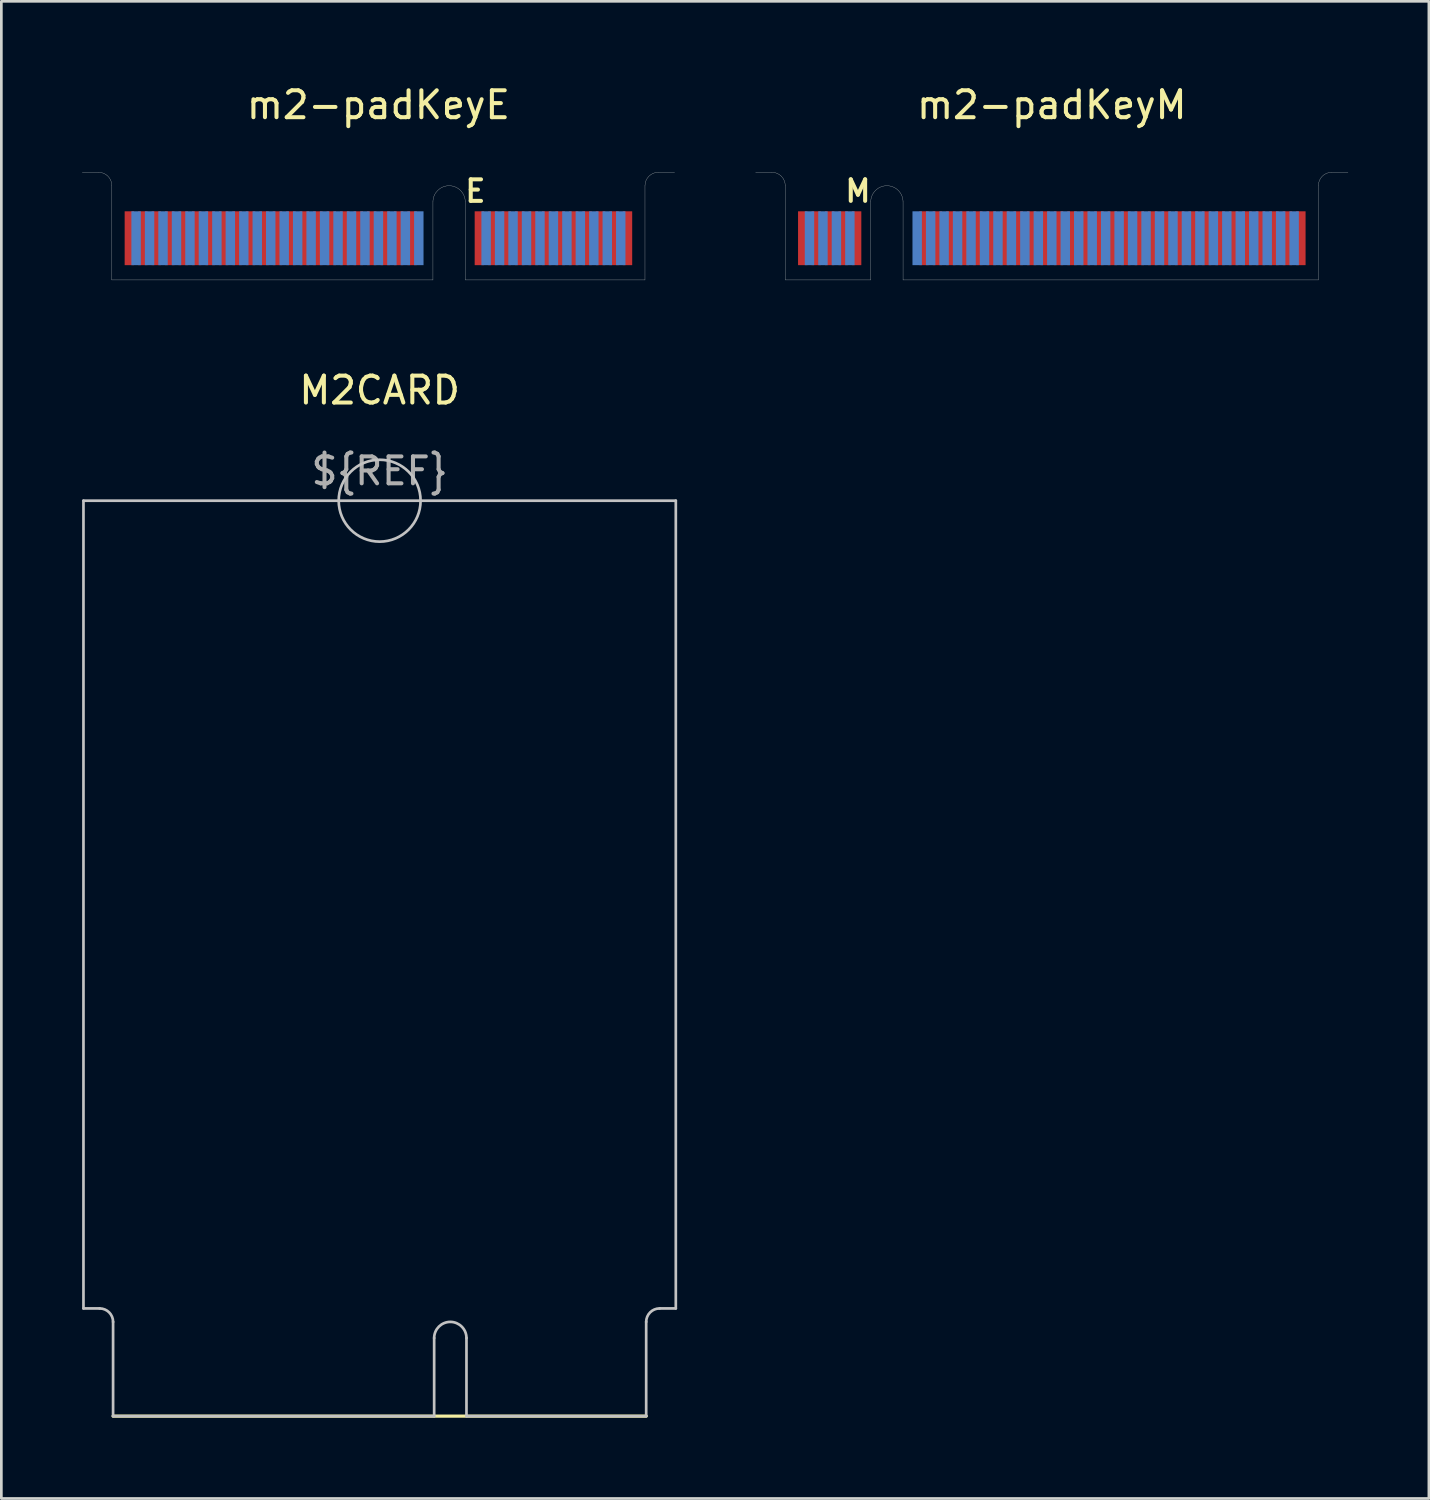
<source format=kicad_pcb>
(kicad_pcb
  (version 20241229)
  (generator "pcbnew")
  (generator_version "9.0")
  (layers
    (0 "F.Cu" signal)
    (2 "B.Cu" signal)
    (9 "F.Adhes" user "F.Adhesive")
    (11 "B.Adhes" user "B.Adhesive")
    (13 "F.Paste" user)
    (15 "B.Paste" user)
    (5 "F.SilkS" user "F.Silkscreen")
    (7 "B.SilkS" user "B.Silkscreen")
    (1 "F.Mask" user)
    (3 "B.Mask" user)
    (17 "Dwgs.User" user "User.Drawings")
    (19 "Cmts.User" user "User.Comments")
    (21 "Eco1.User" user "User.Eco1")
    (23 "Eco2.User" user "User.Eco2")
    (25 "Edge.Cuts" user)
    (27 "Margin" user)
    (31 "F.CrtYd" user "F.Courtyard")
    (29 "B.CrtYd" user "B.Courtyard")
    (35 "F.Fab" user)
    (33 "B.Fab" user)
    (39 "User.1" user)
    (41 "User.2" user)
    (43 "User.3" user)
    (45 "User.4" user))
  (footprint "m2-padKeyM"
    (layer "F.Cu")
    (at 36.015 7.348)
    (property "Reference" "m2-padKeyM" (at 0 -6.5 0) (layer "F.SilkS") (effects (font (size 1 1) (thickness 0.15))))
    (attr smd)
    (fp_poly (pts (xy -11 -2.85) (xy -11 0) (xy 11 0) (xy 11 -2.85)) (stroke (width 0.01) (type solid)) (fill yes) (layer "F.Mask"))
    (fp_poly (pts (xy -11 -2.85) (xy -11 0) (xy 11 0) (xy 11 -2.85)) (stroke (width 0.01) (type solid)) (fill yes) (layer "B.Mask"))
    (fp_line (start 0 0) (end 0 -4) (stroke (width 0.01) (type solid)) (layer "Eco1.User"))
    (fp_line (start -11 -4) (end -10.4 -4) (stroke (width 0.01) (type solid)) (layer "Edge.Cuts"))
    (fp_line (start -9.9 0) (end -9.9 -3.5) (stroke (width 0.01) (type solid)) (layer "Edge.Cuts"))
    (fp_line (start -9.9 0) (end -6.725 0) (stroke (width 0.01) (type solid)) (layer "Edge.Cuts"))
    (fp_line (start -6.725 0) (end -6.725 -2.9) (stroke (width 0.01) (type solid)) (layer "Edge.Cuts"))
    (fp_line (start -5.525 0) (end -5.525 -2.9) (stroke (width 0.01) (type solid)) (layer "Edge.Cuts"))
    (fp_line (start 9.9 0) (end -5.525 0) (stroke (width 0.01) (type solid)) (layer "Edge.Cuts"))
    (fp_line (start 9.9 0) (end 9.9 -3.5) (stroke (width 0.01) (type solid)) (layer "Edge.Cuts"))
    (fp_line (start 11 -4) (end 10.4 -4) (stroke (width 0.01) (type solid)) (layer "Edge.Cuts"))
    (fp_arc (start -10.4 -4) (mid -10.046447 -3.853553) (end -9.9 -3.5) (stroke (width 0.01) (type solid)) (layer "Edge.Cuts"))
    (fp_arc (start -6.725 -2.9) (mid -6.125 -3.5) (end -5.525 -2.9) (stroke (width 0.01) (type solid)) (layer "Edge.Cuts"))
    (fp_arc (start 9.9 -3.5) (mid 10.046447 -3.853553) (end 10.4 -4) (stroke (width 0.01) (type solid)) (layer "Edge.Cuts"))
    (fp_text user "M" (at -7.2 -3.3 0) (layer "F.SilkS") (effects (font (size 0.8 0.8) (thickness 0.15))))
    (pad "1" smd rect (at 9.25 -1.55) (size 0.35 2) (layers "F.Cu" "F.Mask"))
    (pad "2" smd rect (at 9 -1.55) (size 0.35 2) (layers "B.Cu" "B.Mask"))
    (pad "3" smd rect (at 8.75 -1.55) (size 0.35 2) (layers "F.Cu" "F.Mask"))
    (pad "4" smd rect (at 8.5 -1.55) (size 0.35 2) (layers "B.Cu" "B.Mask"))
    (pad "5" smd rect (at 8.25 -1.55) (size 0.35 2) (layers "F.Cu" "F.Mask"))
    (pad "6" smd rect (at 8 -1.55) (size 0.35 2) (layers "B.Cu" "B.Mask"))
    (pad "7" smd rect (at 7.75 -1.55) (size 0.35 2) (layers "F.Cu" "F.Mask"))
    (pad "8" smd rect (at 7.5 -1.55) (size 0.35 2) (layers "B.Cu" "B.Mask"))
    (pad "9" smd rect (at 7.25 -1.55) (size 0.35 2) (layers "F.Cu" "F.Mask"))
    (pad "10" smd rect (at 7 -1.55) (size 0.35 2) (layers "B.Cu" "B.Mask"))
    (pad "11" smd rect (at 6.75 -1.55) (size 0.35 2) (layers "F.Cu" "F.Mask"))
    (pad "12" smd rect (at 6.5 -1.55) (size 0.35 2) (layers "B.Cu" "B.Mask"))
    (pad "13" smd rect (at 6.25 -1.55) (size 0.35 2) (layers "F.Cu" "F.Mask"))
    (pad "14" smd rect (at 6 -1.55) (size 0.35 2) (layers "B.Cu" "B.Mask"))
    (pad "15" smd rect (at 5.75 -1.55) (size 0.35 2) (layers "F.Cu" "F.Mask"))
    (pad "16" smd rect (at 5.5 -1.55) (size 0.35 2) (layers "B.Cu" "B.Mask"))
    (pad "17" smd rect (at 5.25 -1.55) (size 0.35 2) (layers "F.Cu" "F.Mask"))
    (pad "18" smd rect (at 5 -1.55) (size 0.35 2) (layers "B.Cu" "B.Mask"))
    (pad "19" smd rect (at 4.75 -1.55) (size 0.35 2) (layers "F.Cu" "F.Mask"))
    (pad "20" smd rect (at 4.5 -1.55) (size 0.35 2) (layers "B.Cu" "B.Mask"))
    (pad "21" smd rect (at 4.25 -1.55) (size 0.35 2) (layers "F.Cu" "F.Mask"))
    (pad "22" smd rect (at 4 -1.55) (size 0.35 2) (layers "B.Cu" "B.Mask"))
    (pad "23" smd rect (at 3.75 -1.55) (size 0.35 2) (layers "F.Cu" "F.Mask"))
    (pad "24" smd rect (at 3.5 -1.55) (size 0.35 2) (layers "B.Cu" "B.Mask"))
    (pad "25" smd rect (at 3.25 -1.55) (size 0.35 2) (layers "F.Cu" "F.Mask"))
    (pad "26" smd rect (at 3 -1.55) (size 0.35 2) (layers "B.Cu" "B.Mask"))
    (pad "27" smd rect (at 2.75 -1.55) (size 0.35 2) (layers "F.Cu" "F.Mask"))
    (pad "28" smd rect (at 2.5 -1.55) (size 0.35 2) (layers "B.Cu" "B.Mask"))
    (pad "29" smd rect (at 2.25 -1.55) (size 0.35 2) (layers "F.Cu" "F.Mask"))
    (pad "30" smd rect (at 2 -1.55) (size 0.35 2) (layers "B.Cu" "B.Mask"))
    (pad "31" smd rect (at 1.75 -1.55) (size 0.35 2) (layers "F.Cu" "F.Mask"))
    (pad "32" smd rect (at 1.5 -1.55) (size 0.35 2) (layers "B.Cu" "B.Mask"))
    (pad "33" smd rect (at 1.25 -1.55) (size 0.35 2) (layers "F.Cu" "F.Mask"))
    (pad "34" smd rect (at 1 -1.55) (size 0.35 2) (layers "B.Cu" "B.Mask"))
    (pad "35" smd rect (at 0.75 -1.55) (size 0.35 2) (layers "F.Cu" "F.Mask"))
    (pad "36" smd rect (at 0.5 -1.55) (size 0.35 2) (layers "B.Cu" "B.Mask"))
    (pad "37" smd rect (at 0.25 -1.55) (size 0.35 2) (layers "F.Cu" "F.Mask"))
    (pad "38" smd rect (at 0 -1.55) (size 0.35 2) (layers "B.Cu" "B.Mask"))
    (pad "39" smd rect (at -0.25 -1.55) (size 0.35 2) (layers "F.Cu" "F.Mask"))
    (pad "40" smd rect (at -0.5 -1.55) (size 0.35 2) (layers "B.Cu" "B.Mask"))
    (pad "41" smd rect (at -0.75 -1.55) (size 0.35 2) (layers "F.Cu" "F.Mask"))
    (pad "42" smd rect (at -1 -1.55) (size 0.35 2) (layers "B.Cu" "B.Mask"))
    (pad "43" smd rect (at -1.25 -1.55) (size 0.35 2) (layers "F.Cu" "F.Mask"))
    (pad "44" smd rect (at -1.5 -1.55) (size 0.35 2) (layers "B.Cu" "B.Mask"))
    (pad "45" smd rect (at -1.75 -1.55) (size 0.35 2) (layers "F.Cu" "F.Mask"))
    (pad "46" smd rect (at -2 -1.55) (size 0.35 2) (layers "B.Cu" "B.Mask"))
    (pad "47" smd rect (at -2.25 -1.55) (size 0.35 2) (layers "F.Cu" "F.Mask"))
    (pad "48" smd rect (at -2.5 -1.55) (size 0.35 2) (layers "B.Cu" "B.Mask"))
    (pad "49" smd rect (at -2.75 -1.55) (size 0.35 2) (layers "F.Cu" "F.Mask"))
    (pad "50" smd rect (at -3 -1.55) (size 0.35 2) (layers "B.Cu" "B.Mask"))
    (pad "51" smd rect (at -3.25 -1.55) (size 0.35 2) (layers "F.Cu" "F.Mask"))
    (pad "52" smd rect (at -3.5 -1.55) (size 0.35 2) (layers "B.Cu" "B.Mask"))
    (pad "53" smd rect (at -3.75 -1.55) (size 0.35 2) (layers "F.Cu" "F.Mask"))
    (pad "54" smd rect (at -4 -1.55) (size 0.35 2) (layers "B.Cu" "B.Mask"))
    (pad "55" smd rect (at -4.25 -1.55) (size 0.35 2) (layers "F.Cu" "F.Mask"))
    (pad "56" smd rect (at -4.5 -1.55) (size 0.35 2) (layers "B.Cu" "B.Mask"))
    (pad "57" smd rect (at -4.75 -1.55) (size 0.35 2) (layers "F.Cu" "F.Mask"))
    (pad "58" smd rect (at -5 -1.55) (size 0.35 2) (layers "B.Cu" "B.Mask"))
    (pad "67" smd rect (at -7.25 -1.55) (size 0.35 2) (layers "F.Cu" "F.Mask"))
    (pad "68" smd rect (at -7.5 -1.55) (size 0.35 2) (layers "B.Cu" "B.Mask"))
    (pad "69" smd rect (at -7.75 -1.55) (size 0.35 2) (layers "F.Cu" "F.Mask"))
    (pad "70" smd rect (at -8 -1.55) (size 0.35 2) (layers "B.Cu" "B.Mask"))
    (pad "71" smd rect (at -8.25 -1.55) (size 0.35 2) (layers "F.Cu" "F.Mask"))
    (pad "72" smd rect (at -8.5 -1.55) (size 0.35 2) (layers "B.Cu" "B.Mask"))
    (pad "73" smd rect (at -8.75 -1.55) (size 0.35 2) (layers "F.Cu" "F.Mask"))
    (pad "74" smd rect (at -9 -1.55) (size 0.35 2) (layers "B.Cu" "B.Mask"))
    (pad "75" smd rect (at -9.25 -1.55) (size 0.35 2) (layers "F.Cu" "F.Mask")))
  (footprint "m2-padKeyE"
    (layer "F.Cu")
    (at 11.005 7.348)
    (property "Reference" "m2-padKeyE" (at 0 -6.5 0) (layer "F.SilkS") (effects (font (size 1 1) (thickness 0.15))))
    (attr smd)
    (fp_poly (pts (xy -11 -2.7) (xy -11 0) (xy 11 0) (xy 11 -2.7)) (stroke (width 0.01) (type solid)) (fill yes) (layer "F.Mask"))
    (fp_poly (pts (xy -11 -2.7) (xy -11 0) (xy 11 0) (xy 11 -2.7)) (stroke (width 0.01) (type solid)) (fill yes) (layer "B.Mask"))
    (fp_line (start 0 0) (end 0 -4) (stroke (width 0.01) (type solid)) (layer "Eco1.User"))
    (fp_line (start -11 -4) (end -10.4 -4) (stroke (width 0.01) (type solid)) (layer "Edge.Cuts"))
    (fp_line (start -9.9 0) (end -9.9 -3.5) (stroke (width 0.01) (type solid)) (layer "Edge.Cuts"))
    (fp_line (start -9.9 0) (end 2.025 0) (stroke (width 0.01) (type solid)) (layer "Edge.Cuts"))
    (fp_line (start 2.025 0) (end 2.025 -2.9) (stroke (width 0.01) (type solid)) (layer "Edge.Cuts"))
    (fp_line (start 3.225 0) (end 3.225 -2.9) (stroke (width 0.01) (type solid)) (layer "Edge.Cuts"))
    (fp_line (start 9.9 0) (end 3.225 0) (stroke (width 0.01) (type solid)) (layer "Edge.Cuts"))
    (fp_line (start 9.9 0) (end 9.9 -3.5) (stroke (width 0.01) (type solid)) (layer "Edge.Cuts"))
    (fp_line (start 11 -4) (end 10.4 -4) (stroke (width 0.01) (type solid)) (layer "Edge.Cuts"))
    (fp_arc (start -10.4 -4) (mid -10.046447 -3.853553) (end -9.9 -3.5) (stroke (width 0.01) (type solid)) (layer "Edge.Cuts"))
    (fp_arc (start 2.025 -2.9) (mid 2.625 -3.5) (end 3.225 -2.9) (stroke (width 0.01) (type solid)) (layer "Edge.Cuts"))
    (fp_arc (start 9.9 -3.5) (mid 10.046447 -3.853553) (end 10.4 -4) (stroke (width 0.01) (type solid)) (layer "Edge.Cuts"))
    (fp_text user "E" (at 3.6 -3.3 0) (layer "F.SilkS") (effects (font (size 0.8 0.8) (thickness 0.15))))
    (pad "1" smd rect (at 9.25 -1.55) (size 0.35 2) (layers "F.Cu" "F.Mask"))
    (pad "2" smd rect (at 9 -1.55) (size 0.35 2) (layers "B.Cu" "B.Mask"))
    (pad "3" smd rect (at 8.75 -1.55) (size 0.35 2) (layers "F.Cu" "F.Mask"))
    (pad "4" smd rect (at 8.5 -1.55) (size 0.35 2) (layers "B.Cu" "B.Mask"))
    (pad "5" smd rect (at 8.25 -1.55) (size 0.35 2) (layers "F.Cu" "F.Mask"))
    (pad "6" smd rect (at 8 -1.55) (size 0.35 2) (layers "B.Cu" "B.Mask"))
    (pad "7" smd rect (at 7.75 -1.55) (size 0.35 2) (layers "F.Cu" "F.Mask"))
    (pad "8" smd rect (at 7.5 -1.55) (size 0.35 2) (layers "B.Cu" "B.Mask"))
    (pad "9" smd rect (at 7.25 -1.55) (size 0.35 2) (layers "F.Cu" "F.Mask"))
    (pad "10" smd rect (at 7 -1.55) (size 0.35 2) (layers "B.Cu" "B.Mask"))
    (pad "11" smd rect (at 6.75 -1.55) (size 0.35 2) (layers "F.Cu" "F.Mask"))
    (pad "12" smd rect (at 6.5 -1.55) (size 0.35 2) (layers "B.Cu" "B.Mask"))
    (pad "13" smd rect (at 6.25 -1.55) (size 0.35 2) (layers "F.Cu" "F.Mask"))
    (pad "14" smd rect (at 6 -1.55) (size 0.35 2) (layers "B.Cu" "B.Mask"))
    (pad "15" smd rect (at 5.75 -1.55) (size 0.35 2) (layers "F.Cu" "F.Mask"))
    (pad "16" smd rect (at 5.5 -1.55) (size 0.35 2) (layers "B.Cu" "B.Mask"))
    (pad "17" smd rect (at 5.25 -1.55) (size 0.35 2) (layers "F.Cu" "F.Mask"))
    (pad "18" smd rect (at 5 -1.55) (size 0.35 2) (layers "B.Cu" "B.Mask"))
    (pad "19" smd rect (at 4.75 -1.55) (size 0.35 2) (layers "F.Cu" "F.Mask"))
    (pad "20" smd rect (at 4.5 -1.55) (size 0.35 2) (layers "B.Cu" "B.Mask"))
    (pad "21" smd rect (at 4.25 -1.55) (size 0.35 2) (layers "F.Cu" "F.Mask"))
    (pad "22" smd rect (at 4 -1.55) (size 0.35 2) (layers "B.Cu" "B.Mask"))
    (pad "23" smd rect (at 3.75 -1.55) (size 0.35 2) (layers "F.Cu" "F.Mask"))
    (pad "32" smd rect (at 1.5 -1.55) (size 0.35 2) (layers "B.Cu" "B.Mask"))
    (pad "33" smd rect (at 1.25 -1.55) (size 0.35 2) (layers "F.Cu" "F.Mask"))
    (pad "34" smd rect (at 1 -1.55) (size 0.35 2) (layers "B.Cu" "B.Mask"))
    (pad "35" smd rect (at 0.75 -1.55) (size 0.35 2) (layers "F.Cu" "F.Mask"))
    (pad "36" smd rect (at 0.5 -1.55) (size 0.35 2) (layers "B.Cu" "B.Mask"))
    (pad "37" smd rect (at 0.25 -1.55) (size 0.35 2) (layers "F.Cu" "F.Mask"))
    (pad "38" smd rect (at 0 -1.55) (size 0.35 2) (layers "B.Cu" "B.Mask"))
    (pad "39" smd rect (at -0.25 -1.55) (size 0.35 2) (layers "F.Cu" "F.Mask"))
    (pad "40" smd rect (at -0.5 -1.55) (size 0.35 2) (layers "B.Cu" "B.Mask"))
    (pad "41" smd rect (at -0.75 -1.55) (size 0.35 2) (layers "F.Cu" "F.Mask"))
    (pad "42" smd rect (at -1 -1.55) (size 0.35 2) (layers "B.Cu" "B.Mask"))
    (pad "43" smd rect (at -1.25 -1.55) (size 0.35 2) (layers "F.Cu" "F.Mask"))
    (pad "44" smd rect (at -1.5 -1.55) (size 0.35 2) (layers "B.Cu" "B.Mask"))
    (pad "45" smd rect (at -1.75 -1.55) (size 0.35 2) (layers "F.Cu" "F.Mask"))
    (pad "46" smd rect (at -2 -1.55) (size 0.35 2) (layers "B.Cu" "B.Mask"))
    (pad "47" smd rect (at -2.25 -1.55) (size 0.35 2) (layers "F.Cu" "F.Mask"))
    (pad "48" smd rect (at -2.5 -1.55) (size 0.35 2) (layers "B.Cu" "B.Mask"))
    (pad "49" smd rect (at -2.75 -1.55) (size 0.35 2) (layers "F.Cu" "F.Mask"))
    (pad "50" smd rect (at -3 -1.55) (size 0.35 2) (layers "B.Cu" "B.Mask"))
    (pad "51" smd rect (at -3.25 -1.55) (size 0.35 2) (layers "F.Cu" "F.Mask"))
    (pad "52" smd rect (at -3.5 -1.55) (size 0.35 2) (layers "B.Cu" "B.Mask"))
    (pad "53" smd rect (at -3.75 -1.55) (size 0.35 2) (layers "F.Cu" "F.Mask"))
    (pad "54" smd rect (at -4 -1.55) (size 0.35 2) (layers "B.Cu" "B.Mask"))
    (pad "55" smd rect (at -4.25 -1.55) (size 0.35 2) (layers "F.Cu" "F.Mask"))
    (pad "56" smd rect (at -4.5 -1.55) (size 0.35 2) (layers "B.Cu" "B.Mask"))
    (pad "57" smd rect (at -4.75 -1.55) (size 0.35 2) (layers "F.Cu" "F.Mask"))
    (pad "58" smd rect (at -5 -1.55) (size 0.35 2) (layers "B.Cu" "B.Mask"))
    (pad "59" smd rect (at -5.25 -1.55) (size 0.35 2) (layers "F.Cu" "F.Mask"))
    (pad "60" smd rect (at -5.5 -1.55) (size 0.35 2) (layers "B.Cu" "B.Mask"))
    (pad "61" smd rect (at -5.75 -1.55) (size 0.35 2) (layers "F.Cu" "F.Mask"))
    (pad "62" smd rect (at -6 -1.55) (size 0.35 2) (layers "B.Cu" "B.Mask"))
    (pad "63" smd rect (at -6.25 -1.55) (size 0.35 2) (layers "F.Cu" "F.Mask"))
    (pad "64" smd rect (at -6.5 -1.55) (size 0.35 2) (layers "B.Cu" "B.Mask"))
    (pad "65" smd rect (at -6.75 -1.55) (size 0.35 2) (layers "F.Cu" "F.Mask"))
    (pad "66" smd rect (at -7 -1.55) (size 0.35 2) (layers "B.Cu" "B.Mask"))
    (pad "67" smd rect (at -7.25 -1.55) (size 0.35 2) (layers "F.Cu" "F.Mask"))
    (pad "68" smd rect (at -7.5 -1.55) (size 0.35 2) (layers "B.Cu" "B.Mask"))
    (pad "69" smd rect (at -7.75 -1.55) (size 0.35 2) (layers "F.Cu" "F.Mask"))
    (pad "70" smd rect (at -8 -1.55) (size 0.35 2) (layers "B.Cu" "B.Mask"))
    (pad "71" smd rect (at -8.25 -1.55) (size 0.35 2) (layers "F.Cu" "F.Mask"))
    (pad "72" smd rect (at -8.5 -1.55) (size 0.35 2) (layers "B.Cu" "B.Mask"))
    (pad "73" smd rect (at -8.75 -1.55) (size 0.35 2) (layers "F.Cu" "F.Mask"))
    (pad "74" smd rect (at -9 -1.55) (size 0.35 2) (layers "B.Cu" "B.Mask"))
    (pad "75" smd rect (at -9.25 -1.55) (size 0.35 2) (layers "F.Cu" "F.Mask")))
  (footprint "M2CARD"
    (layer "F.Cu")
    (at 11.05 15.546)
    (property "Reference" "M2CARD" (at 0 -4.1 0) (unlocked yes) (layer "F.SilkS") (effects (font (size 1 1) (thickness 0.15))))
    (attr through_hole)
    (fp_line (start 9.9 34) (end -9.9 34) (stroke (width 0.12) (type solid)) (layer "F.SilkS"))
    (fp_line (start -11 30) (end -11 0) (stroke (width 0.1) (type solid)) (layer "Dwgs.User"))
    (fp_line (start -11 30) (end -10.4 30) (stroke (width 0.1) (type solid)) (layer "Dwgs.User"))
    (fp_line (start -9.9 34) (end -9.9 30.5) (stroke (width 0.1) (type solid)) (layer "Dwgs.User"))
    (fp_line (start -9.9 34) (end 2.025 34) (stroke (width 0.1) (type solid)) (layer "Dwgs.User"))
    (fp_line (start 2.025 34) (end 2.025 31.1) (stroke (width 0.1) (type solid)) (layer "Dwgs.User"))
    (fp_line (start 3.225 34) (end 3.225 31.1) (stroke (width 0.1) (type solid)) (layer "Dwgs.User"))
    (fp_line (start 9.9 34) (end 3.225 34) (stroke (width 0.1) (type solid)) (layer "Dwgs.User"))
    (fp_line (start 9.9 34) (end 9.9 30.5) (stroke (width 0.1) (type solid)) (layer "Dwgs.User"))
    (fp_line (start 11 0) (end -11 0) (stroke (width 0.1) (type solid)) (layer "Dwgs.User"))
    (fp_line (start 11 30) (end 10.4 30) (stroke (width 0.1) (type solid)) (layer "Dwgs.User"))
    (fp_line (start 11 30) (end 11 0) (stroke (width 0.1) (type solid)) (layer "Dwgs.User"))
    (fp_arc (start -10.4 30) (mid -10.046447 30.146447) (end -9.9 30.5) (stroke (width 0.1) (type solid)) (layer "Dwgs.User"))
    (fp_arc (start 2.025 31.1) (mid 2.625 30.5) (end 3.225 31.1) (stroke (width 0.1) (type solid)) (layer "Dwgs.User"))
    (fp_arc (start 9.9 30.5) (mid 10.046447 30.146447) (end 10.4 30) (stroke (width 0.1) (type solid)) (layer "Dwgs.User"))
    (fp_circle (center 0 0) (end 1.5 -0.25) (stroke (width 0.1) (type solid)) (fill no) (layer "Dwgs.User"))
    (fp_arc (start 2.025 31.1) (mid 2.625 30.5) (end 3.225 31.1) (stroke (width 0.01) (type solid)) (layer "Edge.Cuts"))
    (fp_text user "${REF}" (at 0 -1.1 0) (unlocked yes) (layer "F.Fab") (effects (font (size 1 1) (thickness 0.15)))))
  (gr_rect
    (start -3 -3)
    (end 50.02 52.606)
    (stroke (width 0.1) (type default))
    (fill no)
    (layer "Edge.Cuts")))
</source>
